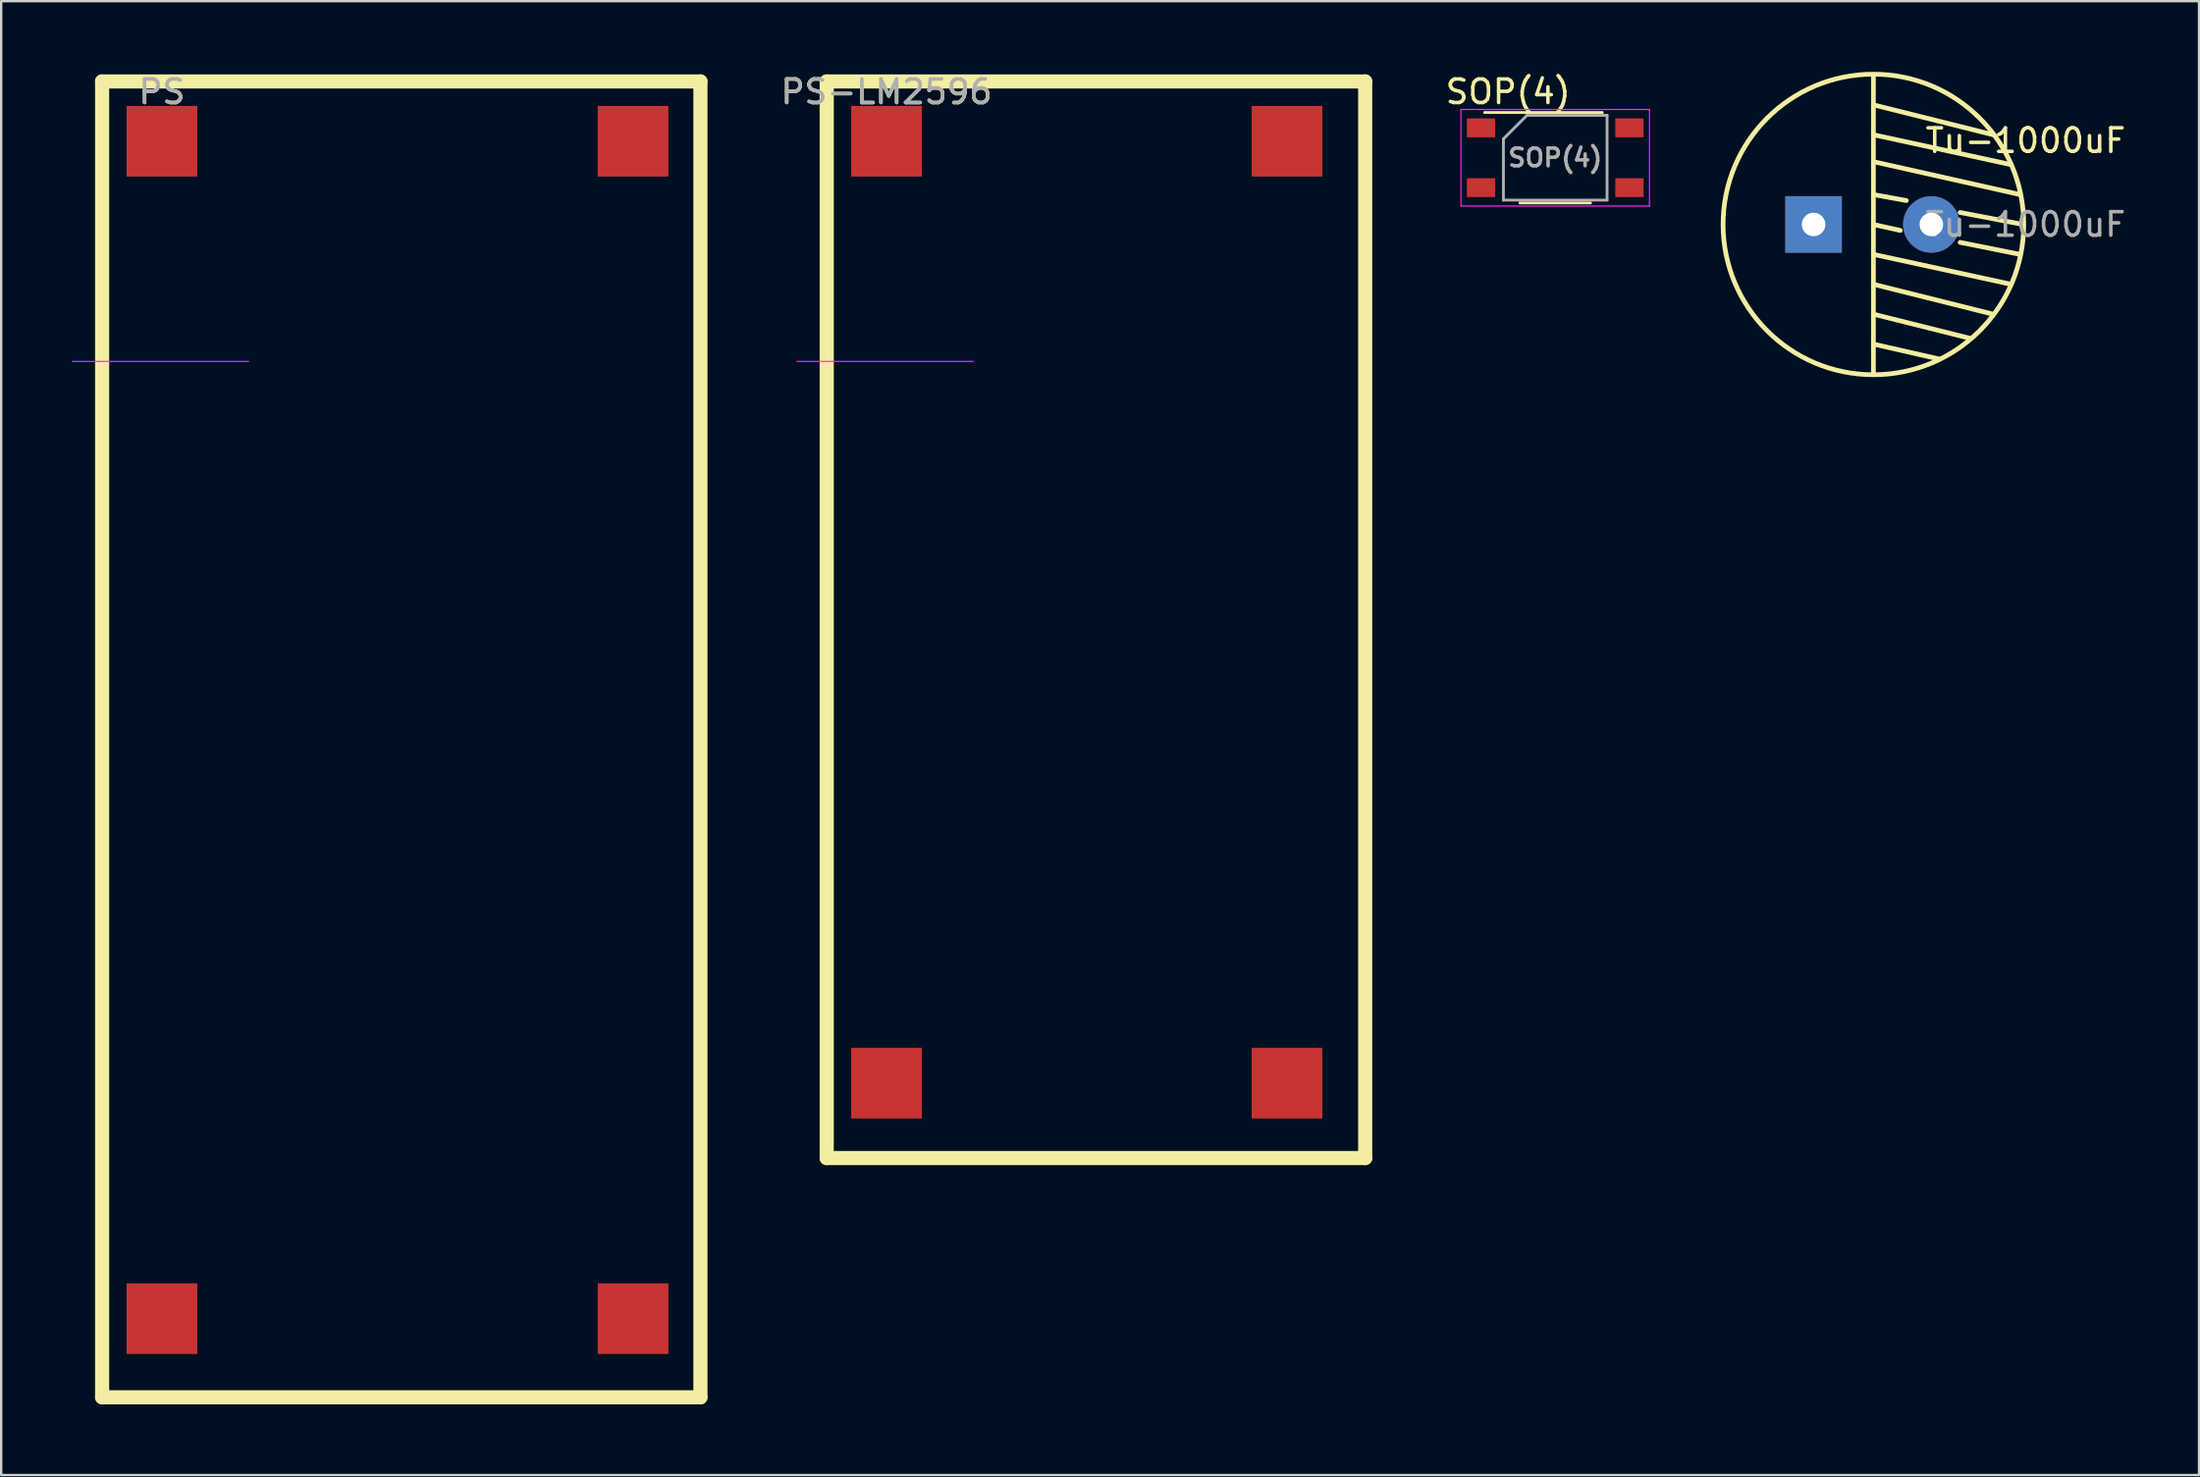
<source format=kicad_pcb>
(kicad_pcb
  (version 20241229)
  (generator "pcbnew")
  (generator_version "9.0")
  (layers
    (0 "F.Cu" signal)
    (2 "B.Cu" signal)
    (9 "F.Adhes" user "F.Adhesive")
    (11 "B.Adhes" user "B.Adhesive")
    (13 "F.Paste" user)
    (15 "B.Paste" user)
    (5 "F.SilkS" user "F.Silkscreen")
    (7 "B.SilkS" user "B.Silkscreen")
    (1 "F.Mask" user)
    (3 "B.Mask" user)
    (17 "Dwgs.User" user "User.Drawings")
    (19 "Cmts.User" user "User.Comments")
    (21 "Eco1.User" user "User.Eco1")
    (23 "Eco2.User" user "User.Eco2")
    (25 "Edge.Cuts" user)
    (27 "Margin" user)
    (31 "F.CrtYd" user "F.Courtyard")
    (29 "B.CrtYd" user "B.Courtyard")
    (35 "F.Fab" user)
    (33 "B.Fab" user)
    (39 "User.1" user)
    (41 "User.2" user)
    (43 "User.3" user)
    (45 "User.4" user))
  (footprint "PS"
    (layer "F.Cu")
    (at 3.825 2.948)
    (property "Reference" "PS" (at 0 -2.1 0) (layer "F.SilkS") (effects (font (size 1 1) (thickness 0.15))))
    (attr through_hole)
    (fp_line (start -2.54 -2.54) (end 22.86 -2.54) (stroke (width 0.6) (type solid)) (layer "F.SilkS"))
    (fp_line (start -2.54 53.34) (end -2.54 -2.54) (stroke (width 0.6) (type solid)) (layer "F.SilkS"))
    (fp_line (start 22.86 -2.54) (end 22.86 53.34) (stroke (width 0.6) (type solid)) (layer "F.SilkS"))
    (fp_line (start 22.86 53.34) (end -2.54 53.34) (stroke (width 0.6) (type solid)) (layer "F.SilkS"))
    (fp_line (start 3.68 9.35) (end -3.8 9.35) (stroke (width 0.05) (type solid)) (layer "F.CrtYd"))
    (fp_text user "${REFERENCE}" (at 0 -2.1 0) (layer "F.Fab") (effects (font (size 1 1) (thickness 0.15))))
    (pad "1" smd rect (at 0 0) (size 3 3) (layers "F.Cu" "F.Mask" "F.Paste"))
    (pad "2" smd rect (at 20 0) (size 3 3) (layers "F.Cu" "F.Mask" "F.Paste"))
    (pad "3" smd rect (at 20 50) (size 3 3) (layers "F.Cu" "F.Mask" "F.Paste"))
    (pad "4" smd rect (at 0 50) (size 3 3) (layers "F.Cu" "F.Mask" "F.Paste")))
  (footprint "SOP(4)"
    (layer "F.Cu")
    (at 62.974 3.648)
    (property "Reference" "SOP(4)" (at -2 -2.8 0) (layer "F.SilkS") (effects (font (size 1 1) (thickness 0.15))))
    (attr smd)
    (fp_line (start -3 -1.92) (end 2 -1.92) (stroke (width 0.12) (type solid)) (layer "F.SilkS"))
    (fp_line (start 1.5 1.92) (end -1.5 1.92) (stroke (width 0.12) (type solid)) (layer "F.SilkS"))
    (fp_line (start -4 -2.05) (end -4 2.05) (stroke (width 0.05) (type solid)) (layer "F.CrtYd"))
    (fp_line (start -4 -2.05) (end 4 -2.05) (stroke (width 0.05) (type solid)) (layer "F.CrtYd"))
    (fp_line (start 4 2.05) (end -4 2.05) (stroke (width 0.05) (type solid)) (layer "F.CrtYd"))
    (fp_line (start 4 2.05) (end 4 -2.05) (stroke (width 0.05) (type solid)) (layer "F.CrtYd"))
    (fp_line (start -2.2 -0.8) (end -2.2 1.8) (stroke (width 0.12) (type solid)) (layer "F.Fab"))
    (fp_line (start -2.2 1.8) (end 2.2 1.8) (stroke (width 0.12) (type solid)) (layer "F.Fab"))
    (fp_line (start -1.2 -1.8) (end -2.2 -0.8) (stroke (width 0.12) (type solid)) (layer "F.Fab"))
    (fp_line (start 2.2 -1.8) (end -1.2 -1.8) (stroke (width 0.12) (type solid)) (layer "F.Fab"))
    (fp_line (start 2.2 1.8) (end 2.2 -1.8) (stroke (width 0.12) (type solid)) (layer "F.Fab"))
    (fp_text user "${REFERENCE}" (at 0 0 0) (layer "F.Fab") (effects (font (size 0.75 0.75) (thickness 0.15))))
    (pad "1" smd rect (at -3.15 -1.27) (size 1.2 0.8) (layers "F.Cu" "F.Mask" "F.Paste"))
    (pad "2" smd rect (at -3.15 1.27) (size 1.2 0.8) (layers "F.Cu" "F.Mask" "F.Paste"))
    (pad "3" smd rect (at 3.15 1.27) (size 1.2 0.8) (layers "F.Cu" "F.Mask" "F.Paste"))
    (pad "4" smd rect (at 3.15 -1.27) (size 1.2 0.8) (layers "F.Cu" "F.Mask" "F.Paste")))
  (footprint "Tu-1000uF"
    (layer "F.Cu")
    (at 73.941 6.482)
    (property "Reference" "Tu-1000uF" (at 9 -3.56 0) (layer "F.SilkS") (effects (font (size 1 1) (thickness 0.15))))
    (attr through_hole)
    (fp_line (start 2.54 -6.35) (end 2.54 6.35) (stroke (width 0.2) (type solid)) (layer "F.SilkS"))
    (fp_line (start 2.54 -5.08) (end 7.62 -3.81) (stroke (width 0.2) (type solid)) (layer "F.SilkS"))
    (fp_line (start 2.54 -3.81) (end 8.382 -2.54) (stroke (width 0.2) (type solid)) (layer "F.SilkS"))
    (fp_line (start 2.54 -2.667) (end 8.763 -1.27) (stroke (width 0.2) (type solid)) (layer "F.SilkS"))
    (fp_line (start 2.54 -1.27) (end 3.937 -1.016) (stroke (width 0.2) (type solid)) (layer "F.SilkS"))
    (fp_line (start 2.54 0) (end 3.683 0.254) (stroke (width 0.2) (type solid)) (layer "F.SilkS"))
    (fp_line (start 2.54 1.27) (end 8.382 2.54) (stroke (width 0.2) (type solid)) (layer "F.SilkS"))
    (fp_line (start 2.54 2.54) (end 7.62 3.81) (stroke (width 0.2) (type solid)) (layer "F.SilkS"))
    (fp_line (start 2.54 3.81) (end 6.604 4.826) (stroke (width 0.2) (type solid)) (layer "F.SilkS"))
    (fp_line (start 2.54 5.08) (end 5.334 5.715) (stroke (width 0.2) (type solid)) (layer "F.SilkS"))
    (fp_line (start 8.763 1.27) (end 6.223 0.762) (stroke (width 0.2) (type solid)) (layer "F.SilkS"))
    (fp_line (start 8.89 0) (end 6.223 -0.508) (stroke (width 0.2) (type solid)) (layer "F.SilkS"))
    (fp_circle (center 2.54 0) (end 8.89 0.635) (stroke (width 0.2) (type solid)) (fill no) (layer "F.SilkS"))
    (fp_text user "${REFERENCE}" (at 9 0 0) (layer "F.Fab") (effects (font (size 1 1) (thickness 0.15))))
    (pad "1" thru_hole rect (at 0 0) (size 2.4 2.4) (drill 1) (layers "*.Cu" "*.Mask"))
    (pad "2" thru_hole oval (at 5 0) (size 2.4 2.4) (drill 1) (layers "*.Cu" "*.Mask")))
  (footprint "PS-LM2596"
    (layer "F.Cu")
    (at 34.586 2.948)
    (property "Reference" "PS-LM2596" (at 0 -2.1 0) (layer "F.SilkS") (effects (font (size 1 1) (thickness 0.15))))
    (attr through_hole)
    (fp_line (start -2.54 -2.54) (end 20.32 -2.54) (stroke (width 0.6) (type solid)) (layer "F.SilkS"))
    (fp_line (start -2.54 43.18) (end -2.54 -2.54) (stroke (width 0.6) (type solid)) (layer "F.SilkS"))
    (fp_line (start 20.32 -2.54) (end 20.32 43.18) (stroke (width 0.6) (type solid)) (layer "F.SilkS"))
    (fp_line (start 20.32 43.18) (end -2.54 43.18) (stroke (width 0.6) (type solid)) (layer "F.SilkS"))
    (fp_line (start 3.68 9.35) (end -3.8 9.35) (stroke (width 0.05) (type solid)) (layer "F.CrtYd"))
    (fp_text user "${REFERENCE}" (at 0 -2.1 0) (layer "F.Fab") (effects (font (size 1 1) (thickness 0.15))))
    (pad "1" smd rect (at 0 0) (size 3 3) (layers "F.Cu" "F.Mask" "F.Paste"))
    (pad "2" smd rect (at 17 0) (size 3 3) (layers "F.Cu" "F.Mask" "F.Paste"))
    (pad "3" smd rect (at 17 40) (size 3 3) (layers "F.Cu" "F.Mask" "F.Paste"))
    (pad "4" smd rect (at 0 40) (size 3 3) (layers "F.Cu" "F.Mask" "F.Paste")))
  (gr_rect
    (start -3 -3)
    (end 90.304 59.588)
    (stroke (width 0.1) (type default))
    (fill no)
    (layer "Edge.Cuts")))
</source>
